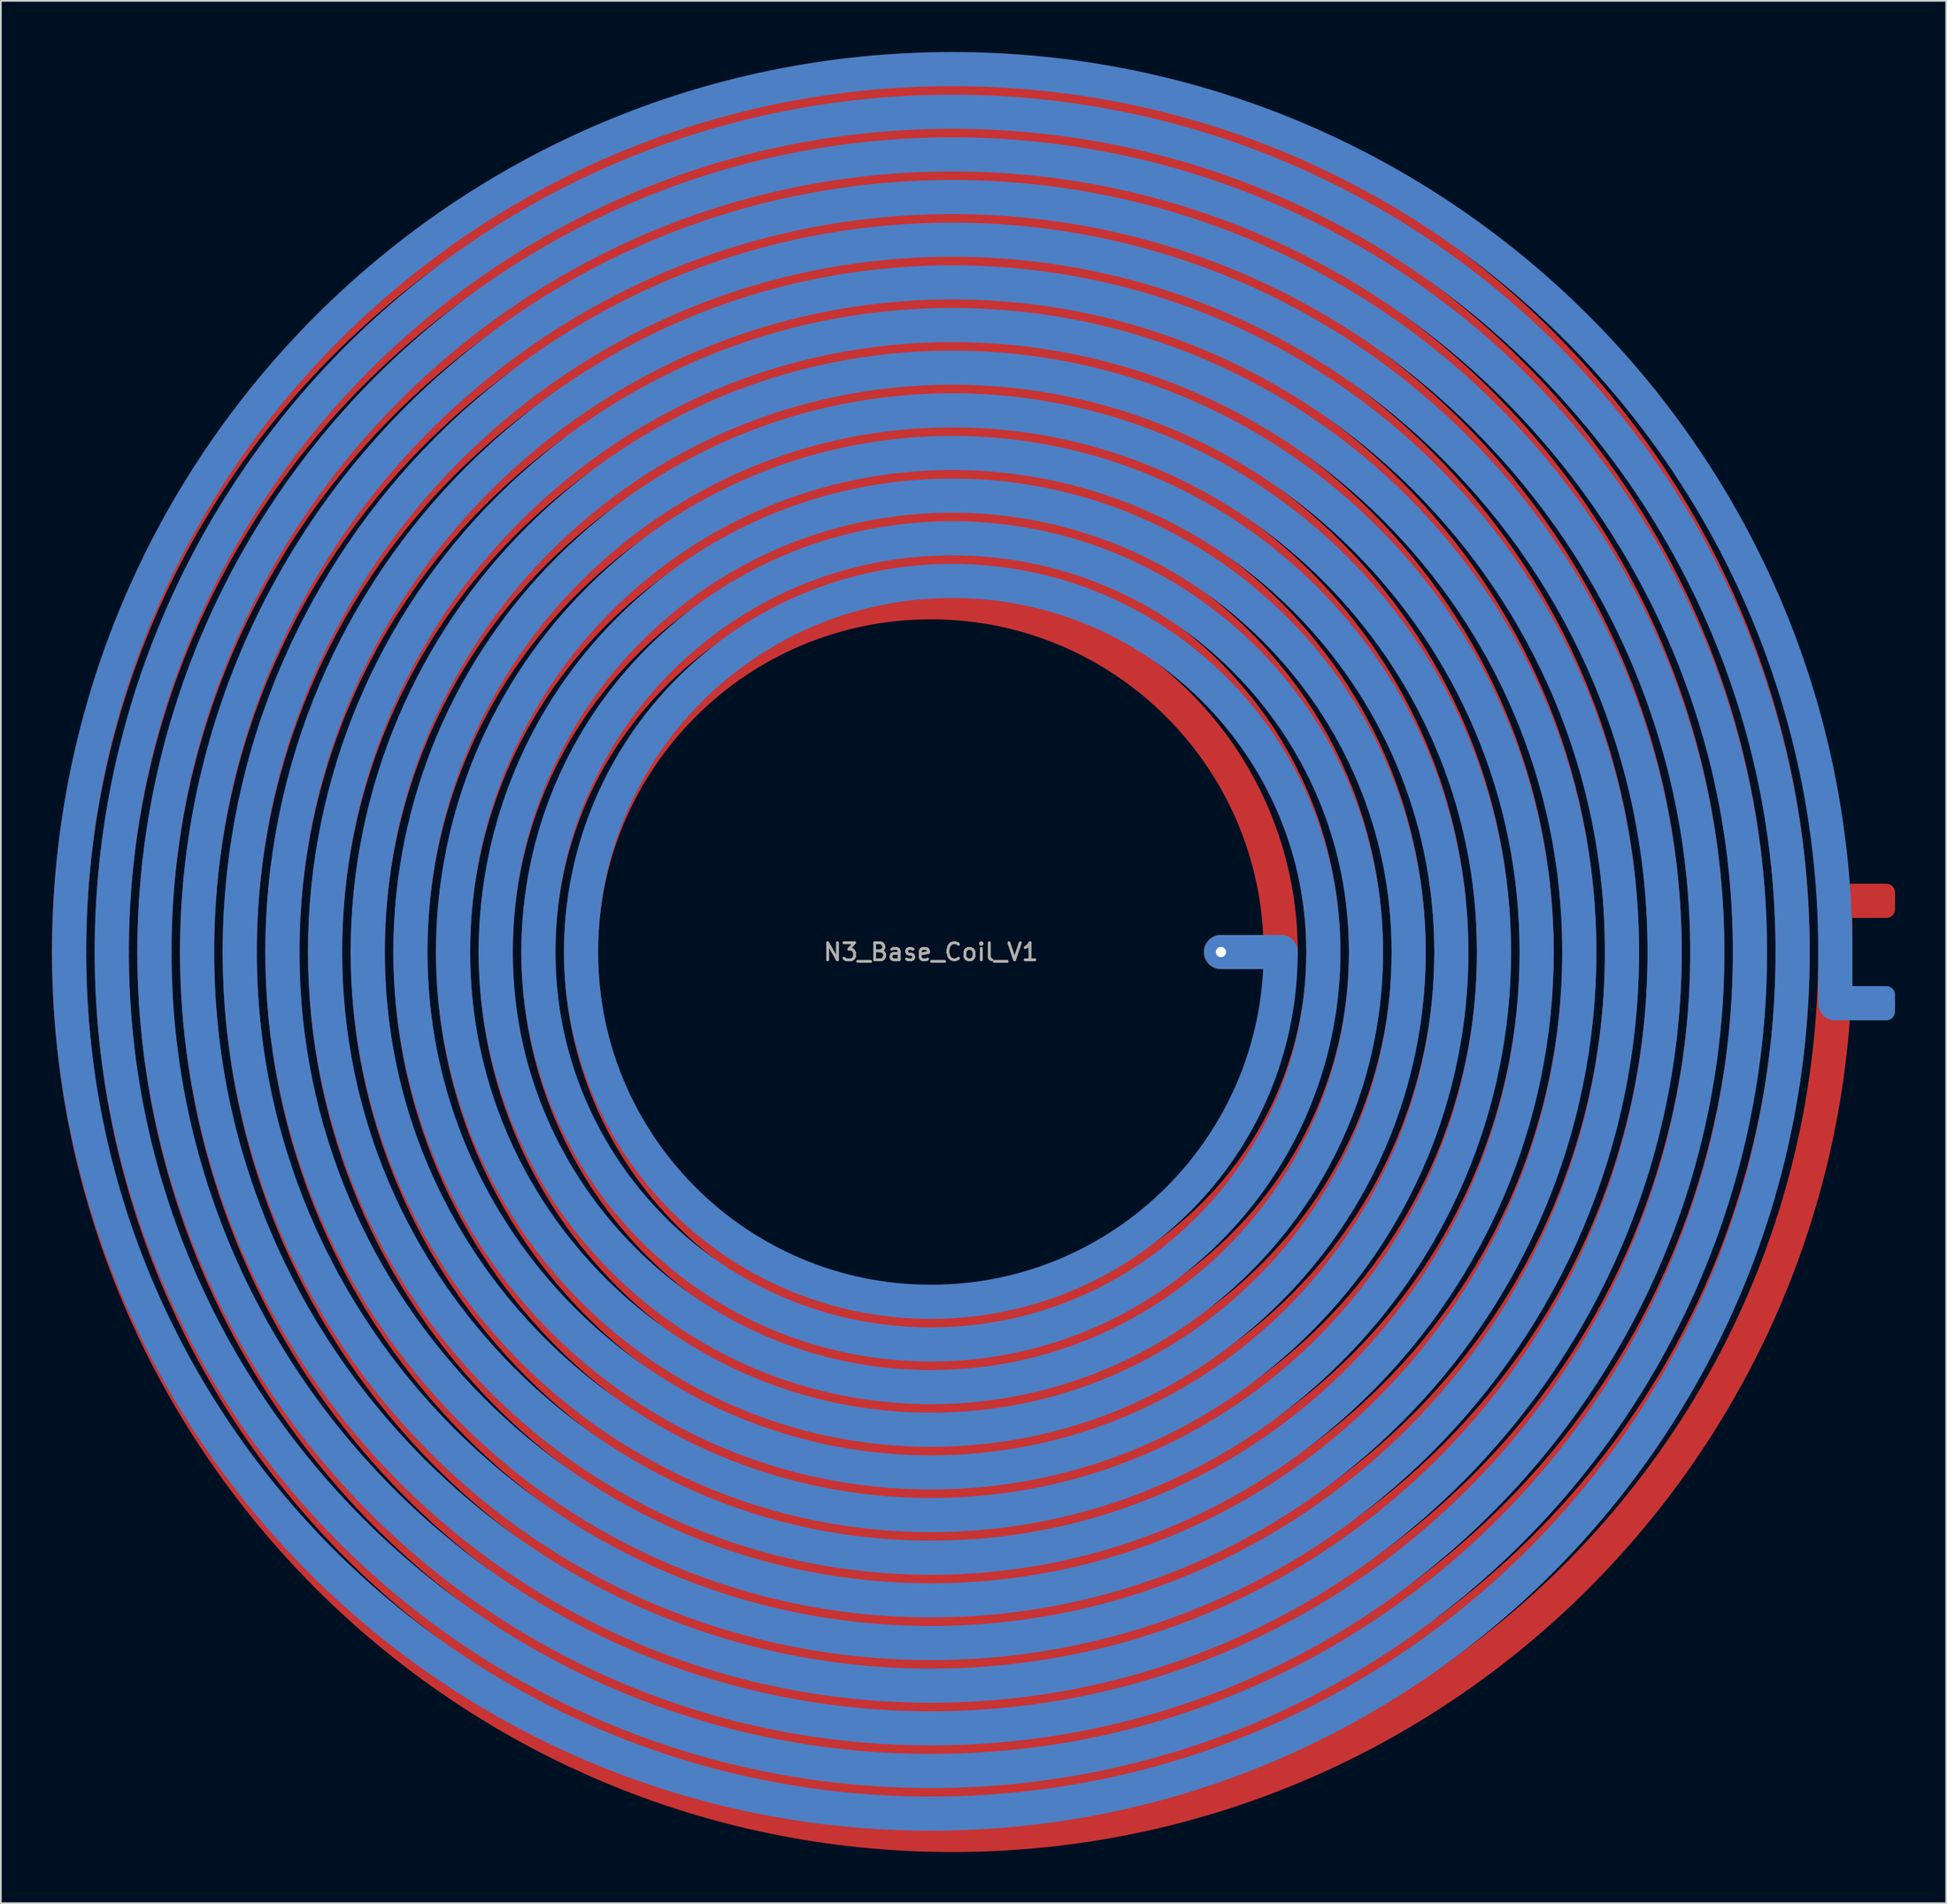
<source format=kicad_pcb>
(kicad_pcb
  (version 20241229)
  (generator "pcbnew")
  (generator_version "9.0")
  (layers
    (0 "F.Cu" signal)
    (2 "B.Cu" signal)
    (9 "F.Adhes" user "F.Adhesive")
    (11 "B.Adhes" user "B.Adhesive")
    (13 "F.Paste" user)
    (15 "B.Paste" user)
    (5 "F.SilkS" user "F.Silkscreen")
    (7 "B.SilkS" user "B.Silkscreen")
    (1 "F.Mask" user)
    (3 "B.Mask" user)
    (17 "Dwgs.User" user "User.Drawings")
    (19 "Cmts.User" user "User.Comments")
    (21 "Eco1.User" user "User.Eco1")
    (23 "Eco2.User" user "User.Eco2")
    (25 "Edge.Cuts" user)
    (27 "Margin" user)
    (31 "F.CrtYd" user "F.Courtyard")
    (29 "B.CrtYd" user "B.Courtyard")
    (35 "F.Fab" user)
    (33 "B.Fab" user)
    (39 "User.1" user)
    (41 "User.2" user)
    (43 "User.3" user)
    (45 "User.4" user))
  (footprint "N3_Base_Coil_V1"
    (layer "F.Cu")
    (at 51.5 52.75)
    (property "Reference" "N3_Base_Coil_V1" (at 0 0 0) (unlocked yes) (layer "F.SilkS") (effects (font (size 1 1) (thickness 0.15))))
    (attr smd exclude_from_pos_files exclude_from_bom allow_missing_courtyard)
    (fp_line (start 20.5 0) (end 17 0) (stroke (width 2) (type default)) (layer "F.Cu"))
    (fp_line (start 53 -3) (end 55.5 -3) (stroke (width 2) (type default)) (layer "F.Cu"))
    (fp_line (start 53 0) (end 53 -3) (stroke (width 2) (type default)) (layer "F.Cu"))
    (fp_arc (start -50.5 0) (mid 0 -50.5) (end 50.5 0) (stroke (width 2) (type default)) (layer "F.Cu"))
    (fp_arc (start -48 0) (mid 0 -48) (end 48 0) (stroke (width 2) (type default)) (layer "F.Cu"))
    (fp_arc (start -45.5 0) (mid 0 -45.5) (end 45.5 0) (stroke (width 2) (type default)) (layer "F.Cu"))
    (fp_arc (start -43 0) (mid 0 -43) (end 43 0) (stroke (width 2) (type default)) (layer "F.Cu"))
    (fp_arc (start -40.5 0) (mid 0 -40.5) (end 40.5 0) (stroke (width 2) (type default)) (layer "F.Cu"))
    (fp_arc (start -38 0) (mid 0 -38) (end 38 0) (stroke (width 2) (type default)) (layer "F.Cu"))
    (fp_arc (start -35.5 0) (mid 0 -35.5) (end 35.5 0) (stroke (width 2) (type default)) (layer "F.Cu"))
    (fp_arc (start -33 0) (mid 0 -33) (end 33 0) (stroke (width 2) (type default)) (layer "F.Cu"))
    (fp_arc (start -30.5 0) (mid 0 -30.5) (end 30.5 0) (stroke (width 2) (type default)) (layer "F.Cu"))
    (fp_arc (start -28 0) (mid 0 -28) (end 28 0) (stroke (width 2) (type default)) (layer "F.Cu"))
    (fp_arc (start -25.5 0) (mid 0 -25.5) (end 25.5 0) (stroke (width 2) (type default)) (layer "F.Cu"))
    (fp_arc (start -23 0) (mid 0 -23) (end 23 0) (stroke (width 2) (type default)) (layer "F.Cu"))
    (fp_arc (start -20.5 0) (mid 0 -20.5) (end 20.5 0) (stroke (width 2) (type default)) (layer "F.Cu"))
    (fp_arc (start 23 0) (mid 1.25 21.75) (end -20.5 0) (stroke (width 2) (type default)) (layer "F.Cu"))
    (fp_arc (start 25.5 0) (mid 1.25 24.25) (end -23 0) (stroke (width 2) (type default)) (layer "F.Cu"))
    (fp_arc (start 28 0) (mid 1.25 26.75) (end -25.5 0) (stroke (width 2) (type default)) (layer "F.Cu"))
    (fp_arc (start 30.5 0) (mid 1.25 29.25) (end -28 0) (stroke (width 2) (type default)) (layer "F.Cu"))
    (fp_arc (start 33 0) (mid 1.25 31.75) (end -30.5 0) (stroke (width 2) (type default)) (layer "F.Cu"))
    (fp_arc (start 35.5 0) (mid 1.25 34.25) (end -33 0) (stroke (width 2) (type default)) (layer "F.Cu"))
    (fp_arc (start 38 0) (mid 1.25 36.75) (end -35.5 0) (stroke (width 2) (type default)) (layer "F.Cu"))
    (fp_arc (start 40.5 0) (mid 1.25 39.25) (end -38 0) (stroke (width 2) (type default)) (layer "F.Cu"))
    (fp_arc (start 43 0) (mid 1.25 41.75) (end -40.5 0) (stroke (width 2) (type default)) (layer "F.Cu"))
    (fp_arc (start 45.5 0) (mid 1.25 44.25) (end -43 0) (stroke (width 2) (type default)) (layer "F.Cu"))
    (fp_arc (start 48 0) (mid 1.25 46.75) (end -45.5 0) (stroke (width 2) (type default)) (layer "F.Cu"))
    (fp_arc (start 50.5 0) (mid 1.25 49.25) (end -48 0) (stroke (width 2) (type default)) (layer "F.Cu"))
    (fp_arc (start 53 0) (mid 1.25 51.75) (end -50.5 0) (stroke (width 2) (type default)) (layer "F.Cu"))
    (fp_line (start 20.5 0) (end 17 0) (stroke (width 2) (type default)) (layer "B.Cu"))
    (fp_line (start 53 0) (end 53 3) (stroke (width 2) (type default)) (layer "B.Cu"))
    (fp_line (start 53 3) (end 55.5 3) (stroke (width 2) (type default)) (layer "B.Cu"))
    (fp_arc (start -50.5 0) (mid 1.25 -51.75) (end 53 0) (stroke (width 2) (type default)) (layer "B.Cu"))
    (fp_arc (start -48 0) (mid 1.25 -49.25) (end 50.5 0) (stroke (width 2) (type default)) (layer "B.Cu"))
    (fp_arc (start -45.5 0) (mid 1.25 -46.75) (end 48 0) (stroke (width 2) (type default)) (layer "B.Cu"))
    (fp_arc (start -43 0) (mid 1.25 -44.25) (end 45.5 0) (stroke (width 2) (type default)) (layer "B.Cu"))
    (fp_arc (start -40.5 0) (mid 1.25 -41.75) (end 43 0) (stroke (width 2) (type default)) (layer "B.Cu"))
    (fp_arc (start -38 0) (mid 1.25 -39.25) (end 40.5 0) (stroke (width 2) (type default)) (layer "B.Cu"))
    (fp_arc (start -35.5 0) (mid 1.25 -36.75) (end 38 0) (stroke (width 2) (type default)) (layer "B.Cu"))
    (fp_arc (start -33 0) (mid 1.25 -34.25) (end 35.5 0) (stroke (width 2) (type default)) (layer "B.Cu"))
    (fp_arc (start -30.5 0) (mid 1.25 -31.75) (end 33 0) (stroke (width 2) (type default)) (layer "B.Cu"))
    (fp_arc (start -28 0) (mid 1.25 -29.25) (end 30.5 0) (stroke (width 2) (type default)) (layer "B.Cu"))
    (fp_arc (start -25.5 0) (mid 1.25 -26.75) (end 28 0) (stroke (width 2) (type default)) (layer "B.Cu"))
    (fp_arc (start -23 0) (mid 1.25 -24.25) (end 25.5 0) (stroke (width 2) (type default)) (layer "B.Cu"))
    (fp_arc (start -20.5 0) (mid 1.25 -21.75) (end 23 0) (stroke (width 2) (type default)) (layer "B.Cu"))
    (fp_arc (start 20.5 0) (mid 0 20.5) (end -20.5 0) (stroke (width 2) (type default)) (layer "B.Cu"))
    (fp_arc (start 23 0) (mid 0 23) (end -23 0) (stroke (width 2) (type default)) (layer "B.Cu"))
    (fp_arc (start 25.5 0) (mid 0 25.5) (end -25.5 0) (stroke (width 2) (type default)) (layer "B.Cu"))
    (fp_arc (start 28 0) (mid 0 28) (end -28 0) (stroke (width 2) (type default)) (layer "B.Cu"))
    (fp_arc (start 30.5 0) (mid 0 30.5) (end -30.5 0) (stroke (width 2) (type default)) (layer "B.Cu"))
    (fp_arc (start 33 0) (mid 0 33) (end -33 0) (stroke (width 2) (type default)) (layer "B.Cu"))
    (fp_arc (start 35.5 0) (mid 0 35.5) (end -35.5 0) (stroke (width 2) (type default)) (layer "B.Cu"))
    (fp_arc (start 38 0) (mid 0 38) (end -38 0) (stroke (width 2) (type default)) (layer "B.Cu"))
    (fp_arc (start 40.5 0) (mid 0 40.5) (end -40.5 0) (stroke (width 2) (type default)) (layer "B.Cu"))
    (fp_arc (start 43 0) (mid 0 43) (end -43 0) (stroke (width 2) (type default)) (layer "B.Cu"))
    (fp_arc (start 45.5 0) (mid 0 45.5) (end -45.5 0) (stroke (width 2) (type default)) (layer "B.Cu"))
    (fp_arc (start 48 0) (mid 0 48) (end -48 0) (stroke (width 2) (type default)) (layer "B.Cu"))
    (fp_arc (start 50.5 0) (mid 0 50.5) (end -50.5 0) (stroke (width 2) (type default)) (layer "B.Cu"))
    (fp_text user "${REFERENCE}" (at 0 0 0) (unlocked yes) (layer "F.Fab") (effects (font (size 1 1) (thickness 0.15))))
    (pad "0" thru_hole circle (at 17 0) (size 1 1) (drill 0.6) (layers "*.Cu") (remove_unused_layers yes) (keep_end_layers yes) (zone_layer_connections))
    (pad "1" smd roundrect (at 55 -3) (size 3 2) (layers "F.Cu") (roundrect_rratio 0.25))
    (pad "2" smd roundrect (at 55 3) (size 3 2) (layers "B.Cu") (roundrect_rratio 0.25)))
  (gr_rect
    (start -3 -3)
    (end 111 108.5)
    (stroke (width 0.1) (type default))
    (fill no)
    (layer "Edge.Cuts")))
</source>
